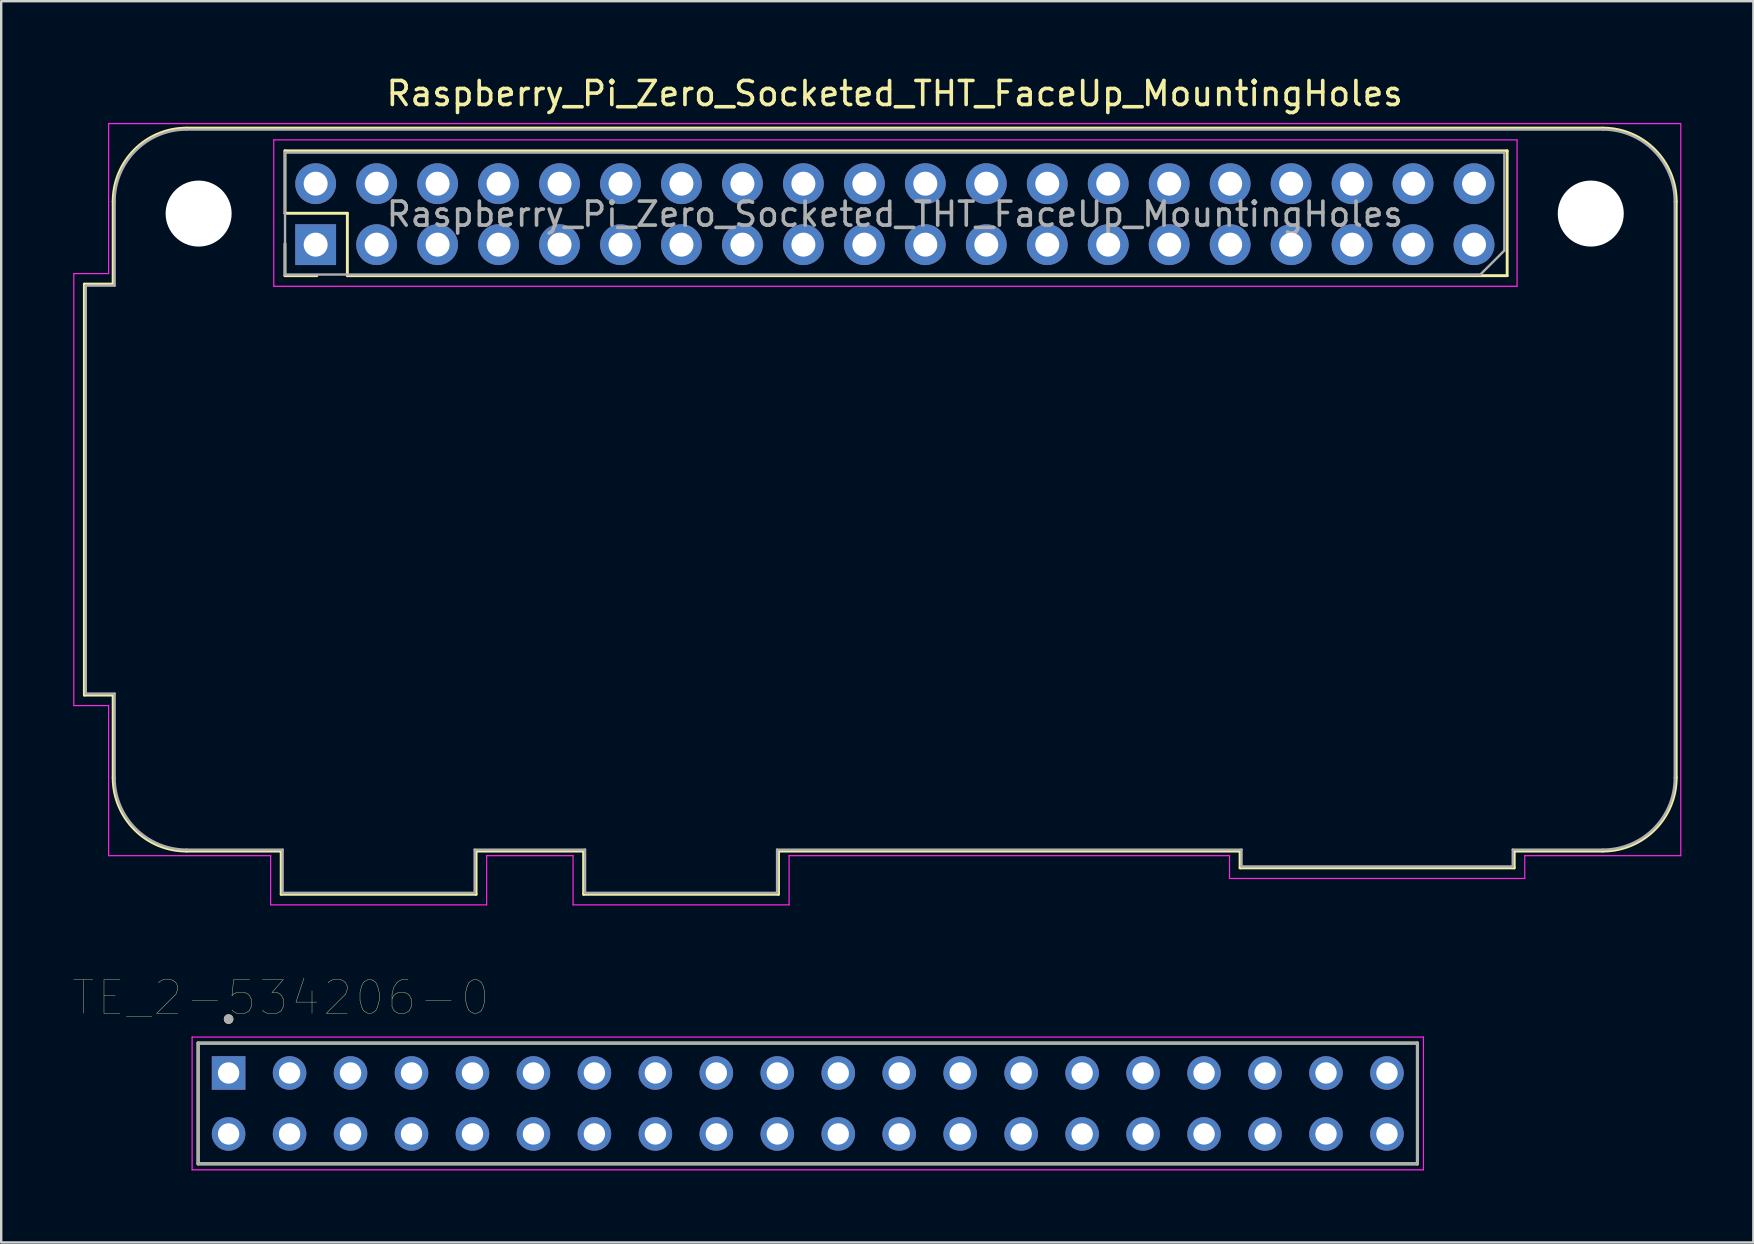
<source format=kicad_pcb>
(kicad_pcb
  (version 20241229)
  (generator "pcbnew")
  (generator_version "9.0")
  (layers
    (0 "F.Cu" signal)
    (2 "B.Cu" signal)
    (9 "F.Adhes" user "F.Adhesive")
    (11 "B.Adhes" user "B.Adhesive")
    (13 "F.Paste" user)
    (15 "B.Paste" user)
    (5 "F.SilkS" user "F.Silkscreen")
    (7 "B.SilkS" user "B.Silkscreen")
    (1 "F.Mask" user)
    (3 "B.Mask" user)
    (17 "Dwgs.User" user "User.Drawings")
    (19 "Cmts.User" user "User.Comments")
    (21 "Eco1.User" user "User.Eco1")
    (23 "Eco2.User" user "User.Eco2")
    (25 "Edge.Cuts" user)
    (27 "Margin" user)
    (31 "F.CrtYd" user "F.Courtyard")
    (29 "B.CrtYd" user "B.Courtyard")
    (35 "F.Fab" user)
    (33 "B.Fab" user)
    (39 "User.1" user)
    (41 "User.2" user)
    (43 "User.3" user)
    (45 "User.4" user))
  (footprint "TE_2-534206-0"
    (layer "F.Cu")
    (at 30.604 42.923)
    (property "Reference" "TE_2-534206-0" (at -21.955 -4.404 0) (layer "F.SilkS") (effects (font (size 1.4 1.4) (thickness 0.015))))
    (attr through_hole)
    (fp_line (start -25.4 -2.515) (end 25.4 -2.515) (stroke (width 0.127) (type solid)) (layer "F.SilkS"))
    (fp_line (start -25.4 2.515) (end -25.4 -2.515) (stroke (width 0.127) (type solid)) (layer "F.SilkS"))
    (fp_line (start 25.4 -2.515) (end 25.4 2.515) (stroke (width 0.127) (type solid)) (layer "F.SilkS"))
    (fp_line (start 25.4 2.515) (end -25.4 2.515) (stroke (width 0.127) (type solid)) (layer "F.SilkS"))
    (fp_circle (center -24.13 -3.515) (end -24.03 -3.515) (stroke (width 0.2) (type solid)) (fill no) (layer "F.SilkS"))
    (fp_line (start -25.65 -2.765) (end 25.65 -2.765) (stroke (width 0.05) (type solid)) (layer "F.CrtYd"))
    (fp_line (start -25.65 2.765) (end -25.65 -2.765) (stroke (width 0.05) (type solid)) (layer "F.CrtYd"))
    (fp_line (start 25.65 -2.765) (end 25.65 2.765) (stroke (width 0.05) (type solid)) (layer "F.CrtYd"))
    (fp_line (start 25.65 2.765) (end -25.65 2.765) (stroke (width 0.05) (type solid)) (layer "F.CrtYd"))
    (fp_line (start -25.4 -2.515) (end 25.4 -2.515) (stroke (width 0.127) (type solid)) (layer "F.Fab"))
    (fp_line (start -25.4 2.515) (end -25.4 -2.515) (stroke (width 0.127) (type solid)) (layer "F.Fab"))
    (fp_line (start 25.4 -2.515) (end 25.4 2.515) (stroke (width 0.127) (type solid)) (layer "F.Fab"))
    (fp_line (start 25.4 2.515) (end -25.4 2.515) (stroke (width 0.127) (type solid)) (layer "F.Fab"))
    (fp_circle (center -24.13 -3.515) (end -24.03 -3.515) (stroke (width 0.2) (type solid)) (fill no) (layer "F.Fab"))
    (pad "1" thru_hole rect (at -24.13 -1.27) (size 1.398 1.398) (drill 0.89) (layers "*.Cu" "*.Mask"))
    (pad "2" thru_hole circle (at -21.59 -1.27) (size 1.398 1.398) (drill 0.89) (layers "*.Cu" "*.Mask"))
    (pad "3" thru_hole circle (at -19.05 -1.27) (size 1.398 1.398) (drill 0.89) (layers "*.Cu" "*.Mask"))
    (pad "4" thru_hole circle (at -16.51 -1.27) (size 1.398 1.398) (drill 0.89) (layers "*.Cu" "*.Mask"))
    (pad "5" thru_hole circle (at -13.97 -1.27) (size 1.398 1.398) (drill 0.89) (layers "*.Cu" "*.Mask"))
    (pad "6" thru_hole circle (at -11.43 -1.27) (size 1.398 1.398) (drill 0.89) (layers "*.Cu" "*.Mask"))
    (pad "7" thru_hole circle (at -8.89 -1.27) (size 1.398 1.398) (drill 0.89) (layers "*.Cu" "*.Mask"))
    (pad "8" thru_hole circle (at -6.35 -1.27) (size 1.398 1.398) (drill 0.89) (layers "*.Cu" "*.Mask"))
    (pad "9" thru_hole circle (at -3.81 -1.27) (size 1.398 1.398) (drill 0.89) (layers "*.Cu" "*.Mask"))
    (pad "10" thru_hole circle (at -1.27 -1.27) (size 1.398 1.398) (drill 0.89) (layers "*.Cu" "*.Mask"))
    (pad "11" thru_hole circle (at 1.27 -1.27) (size 1.398 1.398) (drill 0.89) (layers "*.Cu" "*.Mask"))
    (pad "12" thru_hole circle (at 3.81 -1.27) (size 1.398 1.398) (drill 0.89) (layers "*.Cu" "*.Mask"))
    (pad "13" thru_hole circle (at 6.35 -1.27) (size 1.398 1.398) (drill 0.89) (layers "*.Cu" "*.Mask"))
    (pad "14" thru_hole circle (at 8.89 -1.27) (size 1.398 1.398) (drill 0.89) (layers "*.Cu" "*.Mask"))
    (pad "15" thru_hole circle (at 11.43 -1.27) (size 1.398 1.398) (drill 0.89) (layers "*.Cu" "*.Mask"))
    (pad "16" thru_hole circle (at 13.97 -1.27) (size 1.398 1.398) (drill 0.89) (layers "*.Cu" "*.Mask"))
    (pad "17" thru_hole circle (at 16.51 -1.27) (size 1.398 1.398) (drill 0.89) (layers "*.Cu" "*.Mask"))
    (pad "18" thru_hole circle (at 19.05 -1.27) (size 1.398 1.398) (drill 0.89) (layers "*.Cu" "*.Mask"))
    (pad "19" thru_hole circle (at 21.59 -1.27) (size 1.398 1.398) (drill 0.89) (layers "*.Cu" "*.Mask"))
    (pad "20" thru_hole circle (at 24.13 -1.27) (size 1.398 1.398) (drill 0.89) (layers "*.Cu" "*.Mask"))
    (pad "21" thru_hole circle (at -24.13 1.27) (size 1.398 1.398) (drill 0.89) (layers "*.Cu" "*.Mask"))
    (pad "22" thru_hole circle (at -21.59 1.27) (size 1.398 1.398) (drill 0.89) (layers "*.Cu" "*.Mask"))
    (pad "23" thru_hole circle (at -19.05 1.27) (size 1.398 1.398) (drill 0.89) (layers "*.Cu" "*.Mask"))
    (pad "24" thru_hole circle (at -16.51 1.27) (size 1.398 1.398) (drill 0.89) (layers "*.Cu" "*.Mask"))
    (pad "25" thru_hole circle (at -13.97 1.27) (size 1.398 1.398) (drill 0.89) (layers "*.Cu" "*.Mask"))
    (pad "26" thru_hole circle (at -11.43 1.27) (size 1.398 1.398) (drill 0.89) (layers "*.Cu" "*.Mask"))
    (pad "27" thru_hole circle (at -8.89 1.27) (size 1.398 1.398) (drill 0.89) (layers "*.Cu" "*.Mask"))
    (pad "28" thru_hole circle (at -6.35 1.27) (size 1.398 1.398) (drill 0.89) (layers "*.Cu" "*.Mask"))
    (pad "29" thru_hole circle (at -3.81 1.27) (size 1.398 1.398) (drill 0.89) (layers "*.Cu" "*.Mask"))
    (pad "30" thru_hole circle (at -1.27 1.27) (size 1.398 1.398) (drill 0.89) (layers "*.Cu" "*.Mask"))
    (pad "31" thru_hole circle (at 1.27 1.27) (size 1.398 1.398) (drill 0.89) (layers "*.Cu" "*.Mask"))
    (pad "32" thru_hole circle (at 3.81 1.27) (size 1.398 1.398) (drill 0.89) (layers "*.Cu" "*.Mask"))
    (pad "33" thru_hole circle (at 6.35 1.27) (size 1.398 1.398) (drill 0.89) (layers "*.Cu" "*.Mask"))
    (pad "34" thru_hole circle (at 8.89 1.27) (size 1.398 1.398) (drill 0.89) (layers "*.Cu" "*.Mask"))
    (pad "35" thru_hole circle (at 11.43 1.27) (size 1.398 1.398) (drill 0.89) (layers "*.Cu" "*.Mask"))
    (pad "36" thru_hole circle (at 13.97 1.27) (size 1.398 1.398) (drill 0.89) (layers "*.Cu" "*.Mask"))
    (pad "37" thru_hole circle (at 16.51 1.27) (size 1.398 1.398) (drill 0.89) (layers "*.Cu" "*.Mask"))
    (pad "38" thru_hole circle (at 19.05 1.27) (size 1.398 1.398) (drill 0.89) (layers "*.Cu" "*.Mask"))
    (pad "39" thru_hole circle (at 21.59 1.27) (size 1.398 1.398) (drill 0.89) (layers "*.Cu" "*.Mask"))
    (pad "40" thru_hole circle (at 24.13 1.27) (size 1.398 1.398) (drill 0.89) (layers "*.Cu" "*.Mask")))
  (footprint "Raspberry_Pi_Zero_Socketed_THT_FaceUp_MountingHoles"
    (layer "F.Cu")
    (at 34.228 5.879)
    (property "Reference" "Raspberry_Pi_Zero_Socketed_THT_FaceUp_MountingHoles" (at -0.003 -5.031 0) (layer "F.SilkS") (effects (font (size 1 1) (thickness 0.15))))
    (attr through_hole)
    (fp_line (start -33.763 2.909) (end -33.763 20.029) (stroke (width 0.12) (type solid)) (layer "F.SilkS"))
    (fp_line (start -33.763 20.029) (end -32.563 20.029) (stroke (width 0.12) (type solid)) (layer "F.SilkS"))
    (fp_line (start -32.563 2.909) (end -33.763 2.909) (stroke (width 0.12) (type solid)) (layer "F.SilkS"))
    (fp_line (start -32.563 2.909) (end -32.563 -0.531) (stroke (width 0.12) (type solid)) (layer "F.SilkS"))
    (fp_line (start -32.563 20.029) (end -32.563 23.469) (stroke (width 0.12) (type solid)) (layer "F.SilkS"))
    (fp_line (start -29.503 -3.591) (end 29.497 -3.591) (stroke (width 0.12) (type solid)) (layer "F.SilkS"))
    (fp_line (start -29.503 26.529) (end -25.563 26.529) (stroke (width 0.12) (type solid)) (layer "F.SilkS"))
    (fp_line (start -25.563 26.529) (end -25.563 28.329) (stroke (width 0.12) (type solid)) (layer "F.SilkS"))
    (fp_line (start -25.563 28.329) (end -17.443 28.329) (stroke (width 0.12) (type solid)) (layer "F.SilkS"))
    (fp_line (start -25.406 -2.644) (end -25.406 -0.044) (stroke (width 0.12) (type solid)) (layer "F.SilkS"))
    (fp_line (start -25.406 -2.644) (end 25.514 -2.644) (stroke (width 0.12) (type solid)) (layer "F.SilkS"))
    (fp_line (start -25.406 -0.044) (end -22.806 -0.044) (stroke (width 0.12) (type solid)) (layer "F.SilkS"))
    (fp_line (start -25.406 1.226) (end -25.406 2.556) (stroke (width 0.12) (type solid)) (layer "F.SilkS"))
    (fp_line (start -25.406 2.556) (end -24.076 2.556) (stroke (width 0.12) (type solid)) (layer "F.SilkS"))
    (fp_line (start -22.806 -0.044) (end -22.806 2.556) (stroke (width 0.12) (type solid)) (layer "F.SilkS"))
    (fp_line (start -22.806 2.556) (end 25.514 2.556) (stroke (width 0.12) (type solid)) (layer "F.SilkS"))
    (fp_line (start -17.443 26.529) (end -12.963 26.529) (stroke (width 0.12) (type solid)) (layer "F.SilkS"))
    (fp_line (start -17.443 28.329) (end -17.443 26.529) (stroke (width 0.12) (type solid)) (layer "F.SilkS"))
    (fp_line (start -12.963 26.529) (end -12.963 28.329) (stroke (width 0.12) (type solid)) (layer "F.SilkS"))
    (fp_line (start -12.963 28.329) (end -4.843 28.329) (stroke (width 0.12) (type solid)) (layer "F.SilkS"))
    (fp_line (start -4.843 26.529) (end 14.387 26.529) (stroke (width 0.12) (type solid)) (layer "F.SilkS"))
    (fp_line (start -4.843 28.329) (end -4.843 26.529) (stroke (width 0.12) (type solid)) (layer "F.SilkS"))
    (fp_line (start 14.387 26.529) (end 14.387 27.229) (stroke (width 0.12) (type solid)) (layer "F.SilkS"))
    (fp_line (start 14.387 27.229) (end 25.807 27.229) (stroke (width 0.12) (type solid)) (layer "F.SilkS"))
    (fp_line (start 25.514 -2.644) (end 25.514 2.556) (stroke (width 0.12) (type solid)) (layer "F.SilkS"))
    (fp_line (start 25.807 26.529) (end 29.497 26.529) (stroke (width 0.12) (type solid)) (layer "F.SilkS"))
    (fp_line (start 25.807 27.229) (end 25.807 26.529) (stroke (width 0.12) (type solid)) (layer "F.SilkS"))
    (fp_line (start 32.557 -0.531) (end 32.557 23.469) (stroke (width 0.12) (type solid)) (layer "F.SilkS"))
    (fp_arc (start -32.563 -0.531) (mid -31.666747 -2.694747) (end -29.503 -3.591) (stroke (width 0.12) (type solid)) (layer "F.SilkS"))
    (fp_arc (start -29.503 26.529) (mid -31.666747 25.632747) (end -32.563 23.469) (stroke (width 0.12) (type solid)) (layer "F.SilkS"))
    (fp_arc (start 29.497 -3.591) (mid 31.660747 -2.694747) (end 32.557 -0.531) (stroke (width 0.12) (type solid)) (layer "F.SilkS"))
    (fp_arc (start 32.557 23.469) (mid 31.660747 25.632747) (end 29.497 26.529) (stroke (width 0.12) (type solid)) (layer "F.SilkS"))
    (fp_line (start -34.203 2.469) (end -32.753 2.469) (stroke (width 0.05) (type solid)) (layer "F.CrtYd"))
    (fp_line (start -34.203 20.469) (end -34.203 2.469) (stroke (width 0.05) (type solid)) (layer "F.CrtYd"))
    (fp_line (start -34.203 20.469) (end -32.753 20.469) (stroke (width 0.05) (type solid)) (layer "F.CrtYd"))
    (fp_line (start -32.753 -3.781) (end -32.753 2.469) (stroke (width 0.05) (type solid)) (layer "F.CrtYd"))
    (fp_line (start -32.753 -3.781) (end 32.747 -3.781) (stroke (width 0.05) (type solid)) (layer "F.CrtYd"))
    (fp_line (start -32.753 20.469) (end -32.753 26.719) (stroke (width 0.05) (type solid)) (layer "F.CrtYd"))
    (fp_line (start -26.003 26.719) (end -32.753 26.719) (stroke (width 0.05) (type solid)) (layer "F.CrtYd"))
    (fp_line (start -26.003 28.769) (end -26.003 26.719) (stroke (width 0.05) (type solid)) (layer "F.CrtYd"))
    (fp_line (start -26.003 28.769) (end -17.003 28.769) (stroke (width 0.05) (type solid)) (layer "F.CrtYd"))
    (fp_line (start -25.873 -3.101) (end 25.927 -3.101) (stroke (width 0.05) (type solid)) (layer "F.CrtYd"))
    (fp_line (start -25.873 2.999) (end -25.873 -3.101) (stroke (width 0.05) (type solid)) (layer "F.CrtYd"))
    (fp_line (start -17.003 28.769) (end -17.003 26.719) (stroke (width 0.05) (type solid)) (layer "F.CrtYd"))
    (fp_line (start -13.403 26.719) (end -17.003 26.719) (stroke (width 0.05) (type solid)) (layer "F.CrtYd"))
    (fp_line (start -13.403 28.769) (end -13.403 26.719) (stroke (width 0.05) (type solid)) (layer "F.CrtYd"))
    (fp_line (start -13.403 28.769) (end -4.403 28.769) (stroke (width 0.05) (type solid)) (layer "F.CrtYd"))
    (fp_line (start -4.403 26.719) (end 13.947 26.719) (stroke (width 0.05) (type solid)) (layer "F.CrtYd"))
    (fp_line (start -4.403 28.769) (end -4.403 26.719) (stroke (width 0.05) (type solid)) (layer "F.CrtYd"))
    (fp_line (start 13.947 27.669) (end 13.947 26.719) (stroke (width 0.05) (type solid)) (layer "F.CrtYd"))
    (fp_line (start 25.927 -3.101) (end 25.927 2.999) (stroke (width 0.05) (type solid)) (layer "F.CrtYd"))
    (fp_line (start 25.927 2.999) (end -25.873 2.999) (stroke (width 0.05) (type solid)) (layer "F.CrtYd"))
    (fp_line (start 26.247 26.719) (end 32.747 26.719) (stroke (width 0.05) (type solid)) (layer "F.CrtYd"))
    (fp_line (start 26.247 27.669) (end 13.947 27.669) (stroke (width 0.05) (type solid)) (layer "F.CrtYd"))
    (fp_line (start 26.247 27.669) (end 26.247 26.719) (stroke (width 0.05) (type solid)) (layer "F.CrtYd"))
    (fp_line (start 32.747 -3.781) (end 32.747 26.719) (stroke (width 0.05) (type solid)) (layer "F.CrtYd"))
    (fp_line (start -33.703 2.969) (end -33.703 19.969) (stroke (width 0.1) (type solid)) (layer "F.Fab"))
    (fp_line (start -32.503 -0.531) (end -32.503 2.969) (stroke (width 0.1) (type solid)) (layer "F.Fab"))
    (fp_line (start -32.503 2.969) (end -33.703 2.969) (stroke (width 0.1) (type solid)) (layer "F.Fab"))
    (fp_line (start -32.503 19.969) (end -33.703 19.969) (stroke (width 0.1) (type solid)) (layer "F.Fab"))
    (fp_line (start -32.503 23.469) (end -32.503 19.969) (stroke (width 0.1) (type solid)) (layer "F.Fab"))
    (fp_line (start -29.503 -3.531) (end 29.497 -3.531) (stroke (width 0.1) (type solid)) (layer "F.Fab"))
    (fp_line (start -25.503 26.469) (end -29.503 26.469) (stroke (width 0.1) (type solid)) (layer "F.Fab"))
    (fp_line (start -25.503 26.469) (end -25.503 28.269) (stroke (width 0.1) (type solid)) (layer "F.Fab"))
    (fp_line (start -25.503 28.269) (end -17.503 28.269) (stroke (width 0.1) (type solid)) (layer "F.Fab"))
    (fp_line (start -25.403 -2.571) (end 25.397 -2.571) (stroke (width 0.1) (type solid)) (layer "F.Fab"))
    (fp_line (start -25.403 2.509) (end -25.403 -2.571) (stroke (width 0.1) (type solid)) (layer "F.Fab"))
    (fp_line (start -17.503 26.469) (end -12.903 26.469) (stroke (width 0.1) (type solid)) (layer "F.Fab"))
    (fp_line (start -17.503 28.269) (end -17.503 26.469) (stroke (width 0.1) (type solid)) (layer "F.Fab"))
    (fp_line (start -12.903 26.469) (end -12.903 28.269) (stroke (width 0.1) (type solid)) (layer "F.Fab"))
    (fp_line (start -12.903 28.269) (end -4.903 28.269) (stroke (width 0.1) (type solid)) (layer "F.Fab"))
    (fp_line (start -4.903 26.469) (end 14.447 26.469) (stroke (width 0.1) (type solid)) (layer "F.Fab"))
    (fp_line (start -4.903 28.269) (end -4.903 26.469) (stroke (width 0.1) (type solid)) (layer "F.Fab"))
    (fp_line (start 14.447 26.469) (end 14.447 27.169) (stroke (width 0.1) (type solid)) (layer "F.Fab"))
    (fp_line (start 14.447 27.169) (end 25.747 27.169) (stroke (width 0.1) (type solid)) (layer "F.Fab"))
    (fp_line (start 24.397 2.509) (end -25.403 2.509) (stroke (width 0.1) (type solid)) (layer "F.Fab"))
    (fp_line (start 25.397 -2.571) (end 25.397 1.509) (stroke (width 0.1) (type solid)) (layer "F.Fab"))
    (fp_line (start 25.397 1.509) (end 24.397 2.509) (stroke (width 0.1) (type solid)) (layer "F.Fab"))
    (fp_line (start 25.747 26.469) (end 25.747 27.169) (stroke (width 0.1) (type solid)) (layer "F.Fab"))
    (fp_line (start 25.747 26.469) (end 29.497 26.469) (stroke (width 0.1) (type solid)) (layer "F.Fab"))
    (fp_line (start 32.497 -0.531) (end 32.497 23.469) (stroke (width 0.1) (type solid)) (layer "F.Fab"))
    (fp_arc (start -32.503 -0.531) (mid -31.62432 -2.65232) (end -29.503 -3.531) (stroke (width 0.1) (type solid)) (layer "F.Fab"))
    (fp_arc (start -29.503 26.469) (mid -31.62432 25.59032) (end -32.503 23.469) (stroke (width 0.1) (type solid)) (layer "F.Fab"))
    (fp_arc (start 29.497 -3.531) (mid 31.61832 -2.65232) (end 32.497 -0.531) (stroke (width 0.1) (type solid)) (layer "F.Fab"))
    (fp_arc (start 32.497 23.469) (mid 31.61832 25.59032) (end 29.497 26.469) (stroke (width 0.1) (type solid)) (layer "F.Fab"))
    (fp_text user "${REFERENCE}" (at 0.003 -0.006 0) (layer "F.Fab") (effects (font (size 1 1) (thickness 0.15))))
    (pad "" np_thru_hole circle (at -29.003 -0.031) (size 2.75 2.75) (drill 2.75) (layers "*.Cu" "*.Mask"))
    (pad "" np_thru_hole circle (at 28.997 -0.031) (size 2.75 2.75) (drill 2.75) (layers "*.Cu" "*.Mask"))
    (pad "1" thru_hole rect (at -24.127 1.264 90) (size 1.7 1.7) (drill 1) (layers "*.Cu" "*.Mask"))
    (pad "2" thru_hole oval (at -24.127 -1.276 90) (size 1.7 1.7) (drill 1) (layers "*.Cu" "*.Mask"))
    (pad "3" thru_hole oval (at -21.587 1.264 90) (size 1.7 1.7) (drill 1) (layers "*.Cu" "*.Mask"))
    (pad "4" thru_hole oval (at -21.587 -1.276 90) (size 1.7 1.7) (drill 1) (layers "*.Cu" "*.Mask"))
    (pad "5" thru_hole oval (at -19.047 1.264 90) (size 1.7 1.7) (drill 1) (layers "*.Cu" "*.Mask"))
    (pad "6" thru_hole oval (at -19.047 -1.276 90) (size 1.7 1.7) (drill 1) (layers "*.Cu" "*.Mask"))
    (pad "7" thru_hole oval (at -16.507 1.264 90) (size 1.7 1.7) (drill 1) (layers "*.Cu" "*.Mask"))
    (pad "8" thru_hole oval (at -16.507 -1.276 90) (size 1.7 1.7) (drill 1) (layers "*.Cu" "*.Mask"))
    (pad "9" thru_hole oval (at -13.967 1.264 90) (size 1.7 1.7) (drill 1) (layers "*.Cu" "*.Mask"))
    (pad "10" thru_hole oval (at -13.967 -1.276 90) (size 1.7 1.7) (drill 1) (layers "*.Cu" "*.Mask"))
    (pad "11" thru_hole oval (at -11.427 1.264 90) (size 1.7 1.7) (drill 1) (layers "*.Cu" "*.Mask"))
    (pad "12" thru_hole oval (at -11.427 -1.276 90) (size 1.7 1.7) (drill 1) (layers "*.Cu" "*.Mask"))
    (pad "13" thru_hole oval (at -8.887 1.264 90) (size 1.7 1.7) (drill 1) (layers "*.Cu" "*.Mask"))
    (pad "14" thru_hole oval (at -8.887 -1.276 90) (size 1.7 1.7) (drill 1) (layers "*.Cu" "*.Mask"))
    (pad "15" thru_hole oval (at -6.347 1.264 90) (size 1.7 1.7) (drill 1) (layers "*.Cu" "*.Mask"))
    (pad "16" thru_hole oval (at -6.347 -1.276 90) (size 1.7 1.7) (drill 1) (layers "*.Cu" "*.Mask"))
    (pad "17" thru_hole oval (at -3.807 1.264 90) (size 1.7 1.7) (drill 1) (layers "*.Cu" "*.Mask"))
    (pad "18" thru_hole oval (at -3.807 -1.276 90) (size 1.7 1.7) (drill 1) (layers "*.Cu" "*.Mask"))
    (pad "19" thru_hole oval (at -1.267 1.264 90) (size 1.7 1.7) (drill 1) (layers "*.Cu" "*.Mask"))
    (pad "20" thru_hole oval (at -1.267 -1.276 90) (size 1.7 1.7) (drill 1) (layers "*.Cu" "*.Mask"))
    (pad "21" thru_hole oval (at 1.273 1.264 90) (size 1.7 1.7) (drill 1) (layers "*.Cu" "*.Mask"))
    (pad "22" thru_hole oval (at 1.273 -1.276 90) (size 1.7 1.7) (drill 1) (layers "*.Cu" "*.Mask"))
    (pad "23" thru_hole oval (at 3.813 1.264 90) (size 1.7 1.7) (drill 1) (layers "*.Cu" "*.Mask"))
    (pad "24" thru_hole oval (at 3.813 -1.276 90) (size 1.7 1.7) (drill 1) (layers "*.Cu" "*.Mask"))
    (pad "25" thru_hole oval (at 6.353 1.264 90) (size 1.7 1.7) (drill 1) (layers "*.Cu" "*.Mask"))
    (pad "26" thru_hole oval (at 6.353 -1.276 90) (size 1.7 1.7) (drill 1) (layers "*.Cu" "*.Mask"))
    (pad "27" thru_hole oval (at 8.893 1.264 90) (size 1.7 1.7) (drill 1) (layers "*.Cu" "*.Mask"))
    (pad "28" thru_hole oval (at 8.893 -1.276 90) (size 1.7 1.7) (drill 1) (layers "*.Cu" "*.Mask"))
    (pad "29" thru_hole oval (at 11.433 1.264 90) (size 1.7 1.7) (drill 1) (layers "*.Cu" "*.Mask"))
    (pad "30" thru_hole oval (at 11.433 -1.276 90) (size 1.7 1.7) (drill 1) (layers "*.Cu" "*.Mask"))
    (pad "31" thru_hole oval (at 13.973 1.264 90) (size 1.7 1.7) (drill 1) (layers "*.Cu" "*.Mask"))
    (pad "32" thru_hole oval (at 13.973 -1.276 90) (size 1.7 1.7) (drill 1) (layers "*.Cu" "*.Mask"))
    (pad "33" thru_hole oval (at 16.513 1.264 90) (size 1.7 1.7) (drill 1) (layers "*.Cu" "*.Mask"))
    (pad "34" thru_hole oval (at 16.513 -1.276 90) (size 1.7 1.7) (drill 1) (layers "*.Cu" "*.Mask"))
    (pad "35" thru_hole oval (at 19.053 1.264 90) (size 1.7 1.7) (drill 1) (layers "*.Cu" "*.Mask"))
    (pad "36" thru_hole oval (at 19.053 -1.276 90) (size 1.7 1.7) (drill 1) (layers "*.Cu" "*.Mask"))
    (pad "37" thru_hole oval (at 21.593 1.264 90) (size 1.7 1.7) (drill 1) (layers "*.Cu" "*.Mask"))
    (pad "38" thru_hole oval (at 21.593 -1.276 90) (size 1.7 1.7) (drill 1) (layers "*.Cu" "*.Mask"))
    (pad "39" thru_hole oval (at 24.133 1.264 90) (size 1.7 1.7) (drill 1) (layers "*.Cu" "*.Mask"))
    (pad "40" thru_hole oval (at 24.133 -1.276 90) (size 1.7 1.7) (drill 1) (layers "*.Cu" "*.Mask")))
  (gr_rect
    (start -3 -3)
    (end 70 48.713)
    (stroke (width 0.1) (type default))
    (fill no)
    (layer "Edge.Cuts")))
</source>
